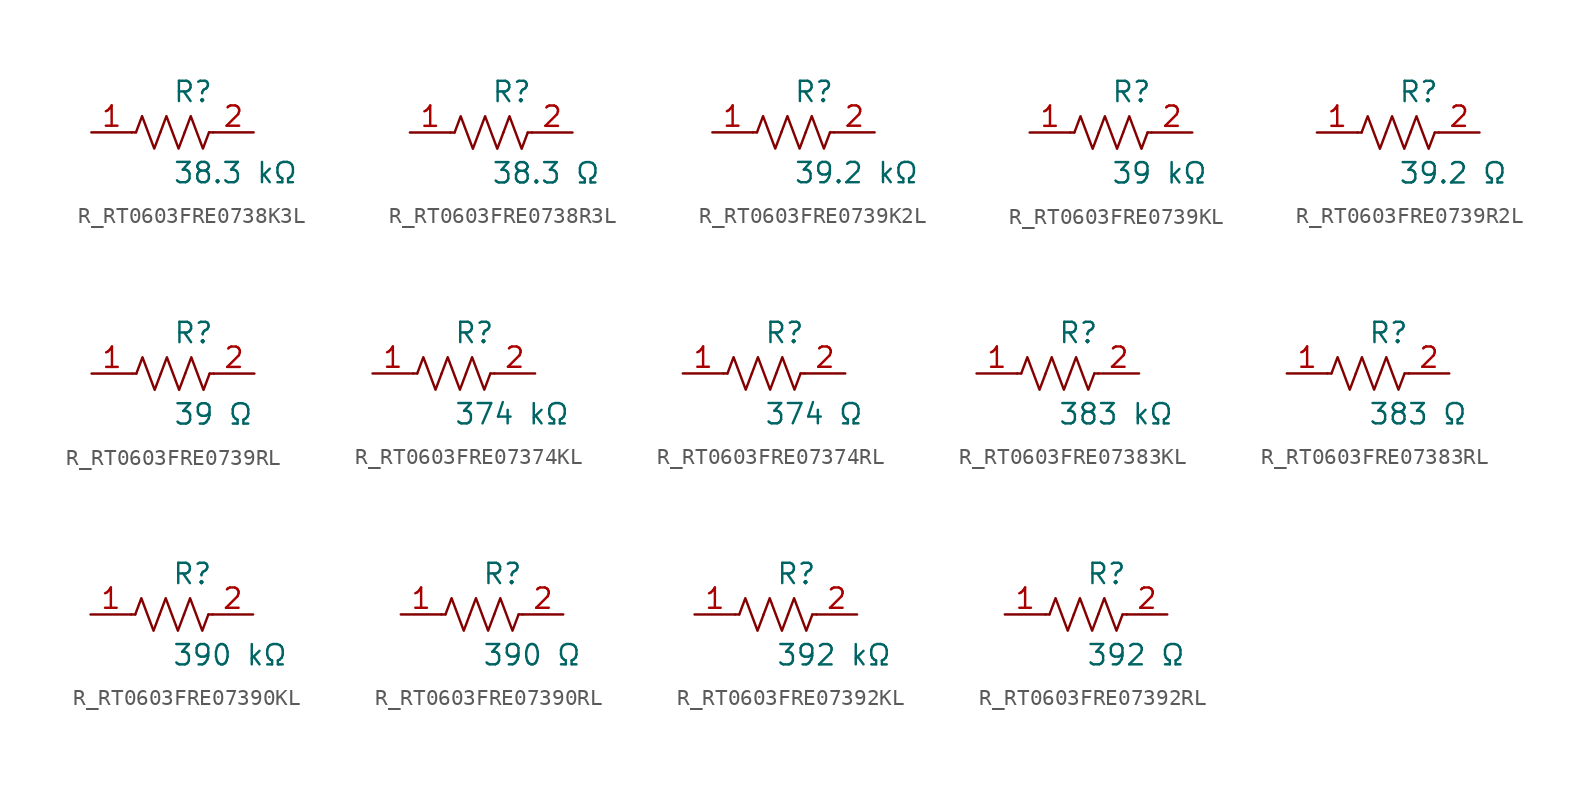
<source format=kicad_sym>
(kicad_symbol_lib
  (version 20231120)
  (generator kicad_symbol_editor)
  (generator_version 8.0)
  (symbol "R_RT0603FRE0738K3L"
    (pin_names
      (offset 0.254))
    (property "Reference" "R"
      (at 0.0 2.54 0)
      (effects (font (size 1.27 1.27)) (justify left)))
    (property "Value" "38.3 kΩ"
      (at 0.0 -2.54 0)
      (effects (font (size 1.27 1.27)) (justify left)))
    (symbol "R_RT0603FRE0738K3L_0_1"
      (polyline (pts (xy 2.286 0) (xy 2.54 0)) (stroke (width 0) (type default)) (fill (type none)))
      (polyline (pts (xy -2.286 0) (xy -2.54 0)) (stroke (width 0) (type default)) (fill (type none)))
      (polyline (pts (xy 0.762 0) (xy 1.143 1.016) (xy 1.524 0) (xy 1.905 -1.016) (xy 2.286 0)) (stroke (width 0) (type default)) (fill (type none)))
      (polyline (pts (xy -0.762 0) (xy -0.381 1.016) (xy 0 0) (xy 0.381 -1.016) (xy 0.762 0)) (stroke (width 0) (type default)) (fill (type none)))
      (polyline (pts (xy -2.286 0) (xy -1.905 1.016) (xy -1.524 0) (xy -1.143 -1.016) (xy -0.762 0)) (stroke (width 0) (type default)) (fill (type none))))
    (pin unspecified line
      (at -5.08 0 0)
      (length 2.54)
      (name "" (effects (font (size 1.27 1.27))))
      (number "1" (effects (font (size 1.27 1.27)))))
    (pin unspecified line
      (at 5.08 0 180)
      (length 2.54)
      (name "" (effects (font (size 1.27 1.27))))
      (number "2" (effects (font (size 1.27 1.27))))))
  (symbol "R_RT0603FRE0738R3L"
    (pin_names
      (offset 0.254))
    (property "Reference" "R"
      (at 0.0 2.54 0)
      (effects (font (size 1.27 1.27)) (justify left)))
    (property "Value" "38.3 Ω"
      (at 0.0 -2.54 0)
      (effects (font (size 1.27 1.27)) (justify left)))
    (symbol "R_RT0603FRE0738R3L_0_1"
      (polyline (pts (xy 2.286 0) (xy 2.54 0)) (stroke (width 0) (type default)) (fill (type none)))
      (polyline (pts (xy -2.286 0) (xy -2.54 0)) (stroke (width 0) (type default)) (fill (type none)))
      (polyline (pts (xy 0.762 0) (xy 1.143 1.016) (xy 1.524 0) (xy 1.905 -1.016) (xy 2.286 0)) (stroke (width 0) (type default)) (fill (type none)))
      (polyline (pts (xy -0.762 0) (xy -0.381 1.016) (xy 0 0) (xy 0.381 -1.016) (xy 0.762 0)) (stroke (width 0) (type default)) (fill (type none)))
      (polyline (pts (xy -2.286 0) (xy -1.905 1.016) (xy -1.524 0) (xy -1.143 -1.016) (xy -0.762 0)) (stroke (width 0) (type default)) (fill (type none))))
    (pin unspecified line
      (at -5.08 0 0)
      (length 2.54)
      (name "" (effects (font (size 1.27 1.27))))
      (number "1" (effects (font (size 1.27 1.27)))))
    (pin unspecified line
      (at 5.08 0 180)
      (length 2.54)
      (name "" (effects (font (size 1.27 1.27))))
      (number "2" (effects (font (size 1.27 1.27))))))
  (symbol "R_RT0603FRE0739K2L"
    (pin_names
      (offset 0.254))
    (property "Reference" "R"
      (at 0.0 2.54 0)
      (effects (font (size 1.27 1.27)) (justify left)))
    (property "Value" "39.2 kΩ"
      (at 0.0 -2.54 0)
      (effects (font (size 1.27 1.27)) (justify left)))
    (symbol "R_RT0603FRE0739K2L_0_1"
      (polyline (pts (xy 2.286 0) (xy 2.54 0)) (stroke (width 0) (type default)) (fill (type none)))
      (polyline (pts (xy -2.286 0) (xy -2.54 0)) (stroke (width 0) (type default)) (fill (type none)))
      (polyline (pts (xy 0.762 0) (xy 1.143 1.016) (xy 1.524 0) (xy 1.905 -1.016) (xy 2.286 0)) (stroke (width 0) (type default)) (fill (type none)))
      (polyline (pts (xy -0.762 0) (xy -0.381 1.016) (xy 0 0) (xy 0.381 -1.016) (xy 0.762 0)) (stroke (width 0) (type default)) (fill (type none)))
      (polyline (pts (xy -2.286 0) (xy -1.905 1.016) (xy -1.524 0) (xy -1.143 -1.016) (xy -0.762 0)) (stroke (width 0) (type default)) (fill (type none))))
    (pin unspecified line
      (at -5.08 0 0)
      (length 2.54)
      (name "" (effects (font (size 1.27 1.27))))
      (number "1" (effects (font (size 1.27 1.27)))))
    (pin unspecified line
      (at 5.08 0 180)
      (length 2.54)
      (name "" (effects (font (size 1.27 1.27))))
      (number "2" (effects (font (size 1.27 1.27))))))
  (symbol "R_RT0603FRE0739KL"
    (pin_names
      (offset 0.254))
    (property "Reference" "R"
      (at 0.0 2.54 0)
      (effects (font (size 1.27 1.27)) (justify left)))
    (property "Value" "39 kΩ"
      (at 0.0 -2.54 0)
      (effects (font (size 1.27 1.27)) (justify left)))
    (symbol "R_RT0603FRE0739KL_0_1"
      (polyline (pts (xy 2.286 0) (xy 2.54 0)) (stroke (width 0) (type default)) (fill (type none)))
      (polyline (pts (xy -2.286 0) (xy -2.54 0)) (stroke (width 0) (type default)) (fill (type none)))
      (polyline (pts (xy 0.762 0) (xy 1.143 1.016) (xy 1.524 0) (xy 1.905 -1.016) (xy 2.286 0)) (stroke (width 0) (type default)) (fill (type none)))
      (polyline (pts (xy -0.762 0) (xy -0.381 1.016) (xy 0 0) (xy 0.381 -1.016) (xy 0.762 0)) (stroke (width 0) (type default)) (fill (type none)))
      (polyline (pts (xy -2.286 0) (xy -1.905 1.016) (xy -1.524 0) (xy -1.143 -1.016) (xy -0.762 0)) (stroke (width 0) (type default)) (fill (type none))))
    (pin unspecified line
      (at -5.08 0 0)
      (length 2.54)
      (name "" (effects (font (size 1.27 1.27))))
      (number "1" (effects (font (size 1.27 1.27)))))
    (pin unspecified line
      (at 5.08 0 180)
      (length 2.54)
      (name "" (effects (font (size 1.27 1.27))))
      (number "2" (effects (font (size 1.27 1.27))))))
  (symbol "R_RT0603FRE0739R2L"
    (pin_names
      (offset 0.254))
    (property "Reference" "R"
      (at 0.0 2.54 0)
      (effects (font (size 1.27 1.27)) (justify left)))
    (property "Value" "39.2 Ω"
      (at 0.0 -2.54 0)
      (effects (font (size 1.27 1.27)) (justify left)))
    (symbol "R_RT0603FRE0739R2L_0_1"
      (polyline (pts (xy 2.286 0) (xy 2.54 0)) (stroke (width 0) (type default)) (fill (type none)))
      (polyline (pts (xy -2.286 0) (xy -2.54 0)) (stroke (width 0) (type default)) (fill (type none)))
      (polyline (pts (xy 0.762 0) (xy 1.143 1.016) (xy 1.524 0) (xy 1.905 -1.016) (xy 2.286 0)) (stroke (width 0) (type default)) (fill (type none)))
      (polyline (pts (xy -0.762 0) (xy -0.381 1.016) (xy 0 0) (xy 0.381 -1.016) (xy 0.762 0)) (stroke (width 0) (type default)) (fill (type none)))
      (polyline (pts (xy -2.286 0) (xy -1.905 1.016) (xy -1.524 0) (xy -1.143 -1.016) (xy -0.762 0)) (stroke (width 0) (type default)) (fill (type none))))
    (pin unspecified line
      (at -5.08 0 0)
      (length 2.54)
      (name "" (effects (font (size 1.27 1.27))))
      (number "1" (effects (font (size 1.27 1.27)))))
    (pin unspecified line
      (at 5.08 0 180)
      (length 2.54)
      (name "" (effects (font (size 1.27 1.27))))
      (number "2" (effects (font (size 1.27 1.27))))))
  (symbol "R_RT0603FRE0739RL"
    (pin_names
      (offset 0.254))
    (property "Reference" "R"
      (at 0.0 2.54 0)
      (effects (font (size 1.27 1.27)) (justify left)))
    (property "Value" "39 Ω"
      (at 0.0 -2.54 0)
      (effects (font (size 1.27 1.27)) (justify left)))
    (symbol "R_RT0603FRE0739RL_0_1"
      (polyline (pts (xy 2.286 0) (xy 2.54 0)) (stroke (width 0) (type default)) (fill (type none)))
      (polyline (pts (xy -2.286 0) (xy -2.54 0)) (stroke (width 0) (type default)) (fill (type none)))
      (polyline (pts (xy 0.762 0) (xy 1.143 1.016) (xy 1.524 0) (xy 1.905 -1.016) (xy 2.286 0)) (stroke (width 0) (type default)) (fill (type none)))
      (polyline (pts (xy -0.762 0) (xy -0.381 1.016) (xy 0 0) (xy 0.381 -1.016) (xy 0.762 0)) (stroke (width 0) (type default)) (fill (type none)))
      (polyline (pts (xy -2.286 0) (xy -1.905 1.016) (xy -1.524 0) (xy -1.143 -1.016) (xy -0.762 0)) (stroke (width 0) (type default)) (fill (type none))))
    (pin unspecified line
      (at -5.08 0 0)
      (length 2.54)
      (name "" (effects (font (size 1.27 1.27))))
      (number "1" (effects (font (size 1.27 1.27)))))
    (pin unspecified line
      (at 5.08 0 180)
      (length 2.54)
      (name "" (effects (font (size 1.27 1.27))))
      (number "2" (effects (font (size 1.27 1.27))))))
  (symbol "R_RT0603FRE07374KL"
    (pin_names
      (offset 0.254))
    (property "Reference" "R"
      (at 0.0 2.54 0)
      (effects (font (size 1.27 1.27)) (justify left)))
    (property "Value" "374 kΩ"
      (at 0.0 -2.54 0)
      (effects (font (size 1.27 1.27)) (justify left)))
    (symbol "R_RT0603FRE07374KL_0_1"
      (polyline (pts (xy 2.286 0) (xy 2.54 0)) (stroke (width 0) (type default)) (fill (type none)))
      (polyline (pts (xy -2.286 0) (xy -2.54 0)) (stroke (width 0) (type default)) (fill (type none)))
      (polyline (pts (xy 0.762 0) (xy 1.143 1.016) (xy 1.524 0) (xy 1.905 -1.016) (xy 2.286 0)) (stroke (width 0) (type default)) (fill (type none)))
      (polyline (pts (xy -0.762 0) (xy -0.381 1.016) (xy 0 0) (xy 0.381 -1.016) (xy 0.762 0)) (stroke (width 0) (type default)) (fill (type none)))
      (polyline (pts (xy -2.286 0) (xy -1.905 1.016) (xy -1.524 0) (xy -1.143 -1.016) (xy -0.762 0)) (stroke (width 0) (type default)) (fill (type none))))
    (pin unspecified line
      (at -5.08 0 0)
      (length 2.54)
      (name "" (effects (font (size 1.27 1.27))))
      (number "1" (effects (font (size 1.27 1.27)))))
    (pin unspecified line
      (at 5.08 0 180)
      (length 2.54)
      (name "" (effects (font (size 1.27 1.27))))
      (number "2" (effects (font (size 1.27 1.27))))))
  (symbol "R_RT0603FRE07374RL"
    (pin_names
      (offset 0.254))
    (property "Reference" "R"
      (at 0.0 2.54 0)
      (effects (font (size 1.27 1.27)) (justify left)))
    (property "Value" "374 Ω"
      (at 0.0 -2.54 0)
      (effects (font (size 1.27 1.27)) (justify left)))
    (symbol "R_RT0603FRE07374RL_0_1"
      (polyline (pts (xy 2.286 0) (xy 2.54 0)) (stroke (width 0) (type default)) (fill (type none)))
      (polyline (pts (xy -2.286 0) (xy -2.54 0)) (stroke (width 0) (type default)) (fill (type none)))
      (polyline (pts (xy 0.762 0) (xy 1.143 1.016) (xy 1.524 0) (xy 1.905 -1.016) (xy 2.286 0)) (stroke (width 0) (type default)) (fill (type none)))
      (polyline (pts (xy -0.762 0) (xy -0.381 1.016) (xy 0 0) (xy 0.381 -1.016) (xy 0.762 0)) (stroke (width 0) (type default)) (fill (type none)))
      (polyline (pts (xy -2.286 0) (xy -1.905 1.016) (xy -1.524 0) (xy -1.143 -1.016) (xy -0.762 0)) (stroke (width 0) (type default)) (fill (type none))))
    (pin unspecified line
      (at -5.08 0 0)
      (length 2.54)
      (name "" (effects (font (size 1.27 1.27))))
      (number "1" (effects (font (size 1.27 1.27)))))
    (pin unspecified line
      (at 5.08 0 180)
      (length 2.54)
      (name "" (effects (font (size 1.27 1.27))))
      (number "2" (effects (font (size 1.27 1.27))))))
  (symbol "R_RT0603FRE07383KL"
    (pin_names
      (offset 0.254))
    (property "Reference" "R"
      (at 0.0 2.54 0)
      (effects (font (size 1.27 1.27)) (justify left)))
    (property "Value" "383 kΩ"
      (at 0.0 -2.54 0)
      (effects (font (size 1.27 1.27)) (justify left)))
    (symbol "R_RT0603FRE07383KL_0_1"
      (polyline (pts (xy 2.286 0) (xy 2.54 0)) (stroke (width 0) (type default)) (fill (type none)))
      (polyline (pts (xy -2.286 0) (xy -2.54 0)) (stroke (width 0) (type default)) (fill (type none)))
      (polyline (pts (xy 0.762 0) (xy 1.143 1.016) (xy 1.524 0) (xy 1.905 -1.016) (xy 2.286 0)) (stroke (width 0) (type default)) (fill (type none)))
      (polyline (pts (xy -0.762 0) (xy -0.381 1.016) (xy 0 0) (xy 0.381 -1.016) (xy 0.762 0)) (stroke (width 0) (type default)) (fill (type none)))
      (polyline (pts (xy -2.286 0) (xy -1.905 1.016) (xy -1.524 0) (xy -1.143 -1.016) (xy -0.762 0)) (stroke (width 0) (type default)) (fill (type none))))
    (pin unspecified line
      (at -5.08 0 0)
      (length 2.54)
      (name "" (effects (font (size 1.27 1.27))))
      (number "1" (effects (font (size 1.27 1.27)))))
    (pin unspecified line
      (at 5.08 0 180)
      (length 2.54)
      (name "" (effects (font (size 1.27 1.27))))
      (number "2" (effects (font (size 1.27 1.27))))))
  (symbol "R_RT0603FRE07383RL"
    (pin_names
      (offset 0.254))
    (property "Reference" "R"
      (at 0.0 2.54 0)
      (effects (font (size 1.27 1.27)) (justify left)))
    (property "Value" "383 Ω"
      (at 0.0 -2.54 0)
      (effects (font (size 1.27 1.27)) (justify left)))
    (symbol "R_RT0603FRE07383RL_0_1"
      (polyline (pts (xy 2.286 0) (xy 2.54 0)) (stroke (width 0) (type default)) (fill (type none)))
      (polyline (pts (xy -2.286 0) (xy -2.54 0)) (stroke (width 0) (type default)) (fill (type none)))
      (polyline (pts (xy 0.762 0) (xy 1.143 1.016) (xy 1.524 0) (xy 1.905 -1.016) (xy 2.286 0)) (stroke (width 0) (type default)) (fill (type none)))
      (polyline (pts (xy -0.762 0) (xy -0.381 1.016) (xy 0 0) (xy 0.381 -1.016) (xy 0.762 0)) (stroke (width 0) (type default)) (fill (type none)))
      (polyline (pts (xy -2.286 0) (xy -1.905 1.016) (xy -1.524 0) (xy -1.143 -1.016) (xy -0.762 0)) (stroke (width 0) (type default)) (fill (type none))))
    (pin unspecified line
      (at -5.08 0 0)
      (length 2.54)
      (name "" (effects (font (size 1.27 1.27))))
      (number "1" (effects (font (size 1.27 1.27)))))
    (pin unspecified line
      (at 5.08 0 180)
      (length 2.54)
      (name "" (effects (font (size 1.27 1.27))))
      (number "2" (effects (font (size 1.27 1.27))))))
  (symbol "R_RT0603FRE07390KL"
    (pin_names
      (offset 0.254))
    (property "Reference" "R"
      (at 0.0 2.54 0)
      (effects (font (size 1.27 1.27)) (justify left)))
    (property "Value" "390 kΩ"
      (at 0.0 -2.54 0)
      (effects (font (size 1.27 1.27)) (justify left)))
    (symbol "R_RT0603FRE07390KL_0_1"
      (polyline (pts (xy 2.286 0) (xy 2.54 0)) (stroke (width 0) (type default)) (fill (type none)))
      (polyline (pts (xy -2.286 0) (xy -2.54 0)) (stroke (width 0) (type default)) (fill (type none)))
      (polyline (pts (xy 0.762 0) (xy 1.143 1.016) (xy 1.524 0) (xy 1.905 -1.016) (xy 2.286 0)) (stroke (width 0) (type default)) (fill (type none)))
      (polyline (pts (xy -0.762 0) (xy -0.381 1.016) (xy 0 0) (xy 0.381 -1.016) (xy 0.762 0)) (stroke (width 0) (type default)) (fill (type none)))
      (polyline (pts (xy -2.286 0) (xy -1.905 1.016) (xy -1.524 0) (xy -1.143 -1.016) (xy -0.762 0)) (stroke (width 0) (type default)) (fill (type none))))
    (pin unspecified line
      (at -5.08 0 0)
      (length 2.54)
      (name "" (effects (font (size 1.27 1.27))))
      (number "1" (effects (font (size 1.27 1.27)))))
    (pin unspecified line
      (at 5.08 0 180)
      (length 2.54)
      (name "" (effects (font (size 1.27 1.27))))
      (number "2" (effects (font (size 1.27 1.27))))))
  (symbol "R_RT0603FRE07390RL"
    (pin_names
      (offset 0.254))
    (property "Reference" "R"
      (at 0.0 2.54 0)
      (effects (font (size 1.27 1.27)) (justify left)))
    (property "Value" "390 Ω"
      (at 0.0 -2.54 0)
      (effects (font (size 1.27 1.27)) (justify left)))
    (symbol "R_RT0603FRE07390RL_0_1"
      (polyline (pts (xy 2.286 0) (xy 2.54 0)) (stroke (width 0) (type default)) (fill (type none)))
      (polyline (pts (xy -2.286 0) (xy -2.54 0)) (stroke (width 0) (type default)) (fill (type none)))
      (polyline (pts (xy 0.762 0) (xy 1.143 1.016) (xy 1.524 0) (xy 1.905 -1.016) (xy 2.286 0)) (stroke (width 0) (type default)) (fill (type none)))
      (polyline (pts (xy -0.762 0) (xy -0.381 1.016) (xy 0 0) (xy 0.381 -1.016) (xy 0.762 0)) (stroke (width 0) (type default)) (fill (type none)))
      (polyline (pts (xy -2.286 0) (xy -1.905 1.016) (xy -1.524 0) (xy -1.143 -1.016) (xy -0.762 0)) (stroke (width 0) (type default)) (fill (type none))))
    (pin unspecified line
      (at -5.08 0 0)
      (length 2.54)
      (name "" (effects (font (size 1.27 1.27))))
      (number "1" (effects (font (size 1.27 1.27)))))
    (pin unspecified line
      (at 5.08 0 180)
      (length 2.54)
      (name "" (effects (font (size 1.27 1.27))))
      (number "2" (effects (font (size 1.27 1.27))))))
  (symbol "R_RT0603FRE07392KL"
    (pin_names
      (offset 0.254))
    (property "Reference" "R"
      (at 0.0 2.54 0)
      (effects (font (size 1.27 1.27)) (justify left)))
    (property "Value" "392 kΩ"
      (at 0.0 -2.54 0)
      (effects (font (size 1.27 1.27)) (justify left)))
    (symbol "R_RT0603FRE07392KL_0_1"
      (polyline (pts (xy 2.286 0) (xy 2.54 0)) (stroke (width 0) (type default)) (fill (type none)))
      (polyline (pts (xy -2.286 0) (xy -2.54 0)) (stroke (width 0) (type default)) (fill (type none)))
      (polyline (pts (xy 0.762 0) (xy 1.143 1.016) (xy 1.524 0) (xy 1.905 -1.016) (xy 2.286 0)) (stroke (width 0) (type default)) (fill (type none)))
      (polyline (pts (xy -0.762 0) (xy -0.381 1.016) (xy 0 0) (xy 0.381 -1.016) (xy 0.762 0)) (stroke (width 0) (type default)) (fill (type none)))
      (polyline (pts (xy -2.286 0) (xy -1.905 1.016) (xy -1.524 0) (xy -1.143 -1.016) (xy -0.762 0)) (stroke (width 0) (type default)) (fill (type none))))
    (pin unspecified line
      (at -5.08 0 0)
      (length 2.54)
      (name "" (effects (font (size 1.27 1.27))))
      (number "1" (effects (font (size 1.27 1.27)))))
    (pin unspecified line
      (at 5.08 0 180)
      (length 2.54)
      (name "" (effects (font (size 1.27 1.27))))
      (number "2" (effects (font (size 1.27 1.27))))))
  (symbol "R_RT0603FRE07392RL"
    (pin_names
      (offset 0.254))
    (property "Reference" "R"
      (at 0.0 2.54 0)
      (effects (font (size 1.27 1.27)) (justify left)))
    (property "Value" "392 Ω"
      (at 0.0 -2.54 0)
      (effects (font (size 1.27 1.27)) (justify left)))
    (symbol "R_RT0603FRE07392RL_0_1"
      (polyline (pts (xy 2.286 0) (xy 2.54 0)) (stroke (width 0) (type default)) (fill (type none)))
      (polyline (pts (xy -2.286 0) (xy -2.54 0)) (stroke (width 0) (type default)) (fill (type none)))
      (polyline (pts (xy 0.762 0) (xy 1.143 1.016) (xy 1.524 0) (xy 1.905 -1.016) (xy 2.286 0)) (stroke (width 0) (type default)) (fill (type none)))
      (polyline (pts (xy -0.762 0) (xy -0.381 1.016) (xy 0 0) (xy 0.381 -1.016) (xy 0.762 0)) (stroke (width 0) (type default)) (fill (type none)))
      (polyline (pts (xy -2.286 0) (xy -1.905 1.016) (xy -1.524 0) (xy -1.143 -1.016) (xy -0.762 0)) (stroke (width 0) (type default)) (fill (type none))))
    (pin unspecified line
      (at -5.08 0 0)
      (length 2.54)
      (name "" (effects (font (size 1.27 1.27))))
      (number "1" (effects (font (size 1.27 1.27)))))
    (pin unspecified line
      (at 5.08 0 180)
      (length 2.54)
      (name "" (effects (font (size 1.27 1.27))))
      (number "2" (effects (font (size 1.27 1.27)))))))
</source>
